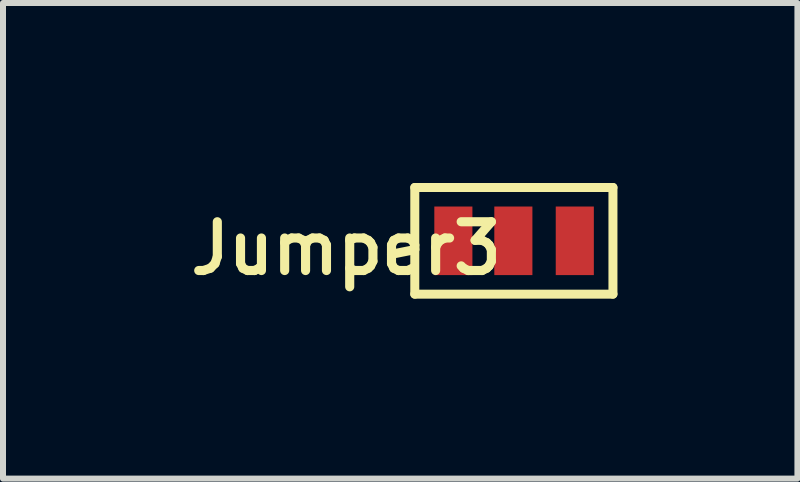
<source format=kicad_pcb>
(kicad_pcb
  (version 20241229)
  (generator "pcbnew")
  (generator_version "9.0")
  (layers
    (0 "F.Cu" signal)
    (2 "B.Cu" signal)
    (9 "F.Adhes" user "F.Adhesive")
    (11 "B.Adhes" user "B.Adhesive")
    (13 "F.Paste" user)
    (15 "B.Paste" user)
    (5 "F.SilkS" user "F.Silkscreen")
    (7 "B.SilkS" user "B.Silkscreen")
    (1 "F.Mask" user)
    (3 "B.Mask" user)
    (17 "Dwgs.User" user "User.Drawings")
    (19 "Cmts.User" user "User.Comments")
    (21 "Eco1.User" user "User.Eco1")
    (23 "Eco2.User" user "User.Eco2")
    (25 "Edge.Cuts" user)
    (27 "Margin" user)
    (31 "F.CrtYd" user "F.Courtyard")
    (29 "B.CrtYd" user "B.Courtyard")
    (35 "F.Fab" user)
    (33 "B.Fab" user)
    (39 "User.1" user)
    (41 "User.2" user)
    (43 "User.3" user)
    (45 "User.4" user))
  (footprint "Jumper3"
    (layer "F.Cu")
    (at 5.007 0.964)
    (property "Reference" "Jumper3" (at -2.286 0.127 0) (layer "F.SilkS") (effects (font (size 0.813 0.813) (thickness 0.152))))
    (attr smd)
    (fp_line (start -1.143 -0.889) (end 2.16 -0.889) (stroke (width 0.15) (type solid)) (layer "F.SilkS"))
    (fp_line (start -1.143 0.889) (end -1.143 -0.889) (stroke (width 0.15) (type solid)) (layer "F.SilkS"))
    (fp_line (start 2.16 -0.889) (end 2.16 0.889) (stroke (width 0.15) (type solid)) (layer "F.SilkS"))
    (fp_line (start 2.16 0.889) (end -1.143 0.889) (stroke (width 0.15) (type solid)) (layer "F.SilkS"))
    (pad "1" smd rect (at -0.5 0) (size 0.635 1.143) (layers "F.Cu" "F.Mask" "F.Paste"))
    (pad "2" smd rect (at 0.5 0) (size 0.635 1.143) (layers "F.Cu" "F.Mask" "F.Paste"))
    (pad "3" smd rect (at 1.524 0) (size 0.635 1.143) (layers "F.Cu" "F.Mask" "F.Paste")))
  (gr_rect
    (start -3 -3)
    (end 10.242 4.928)
    (stroke (width 0.1) (type default))
    (fill no)
    (layer "Edge.Cuts")))
</source>
